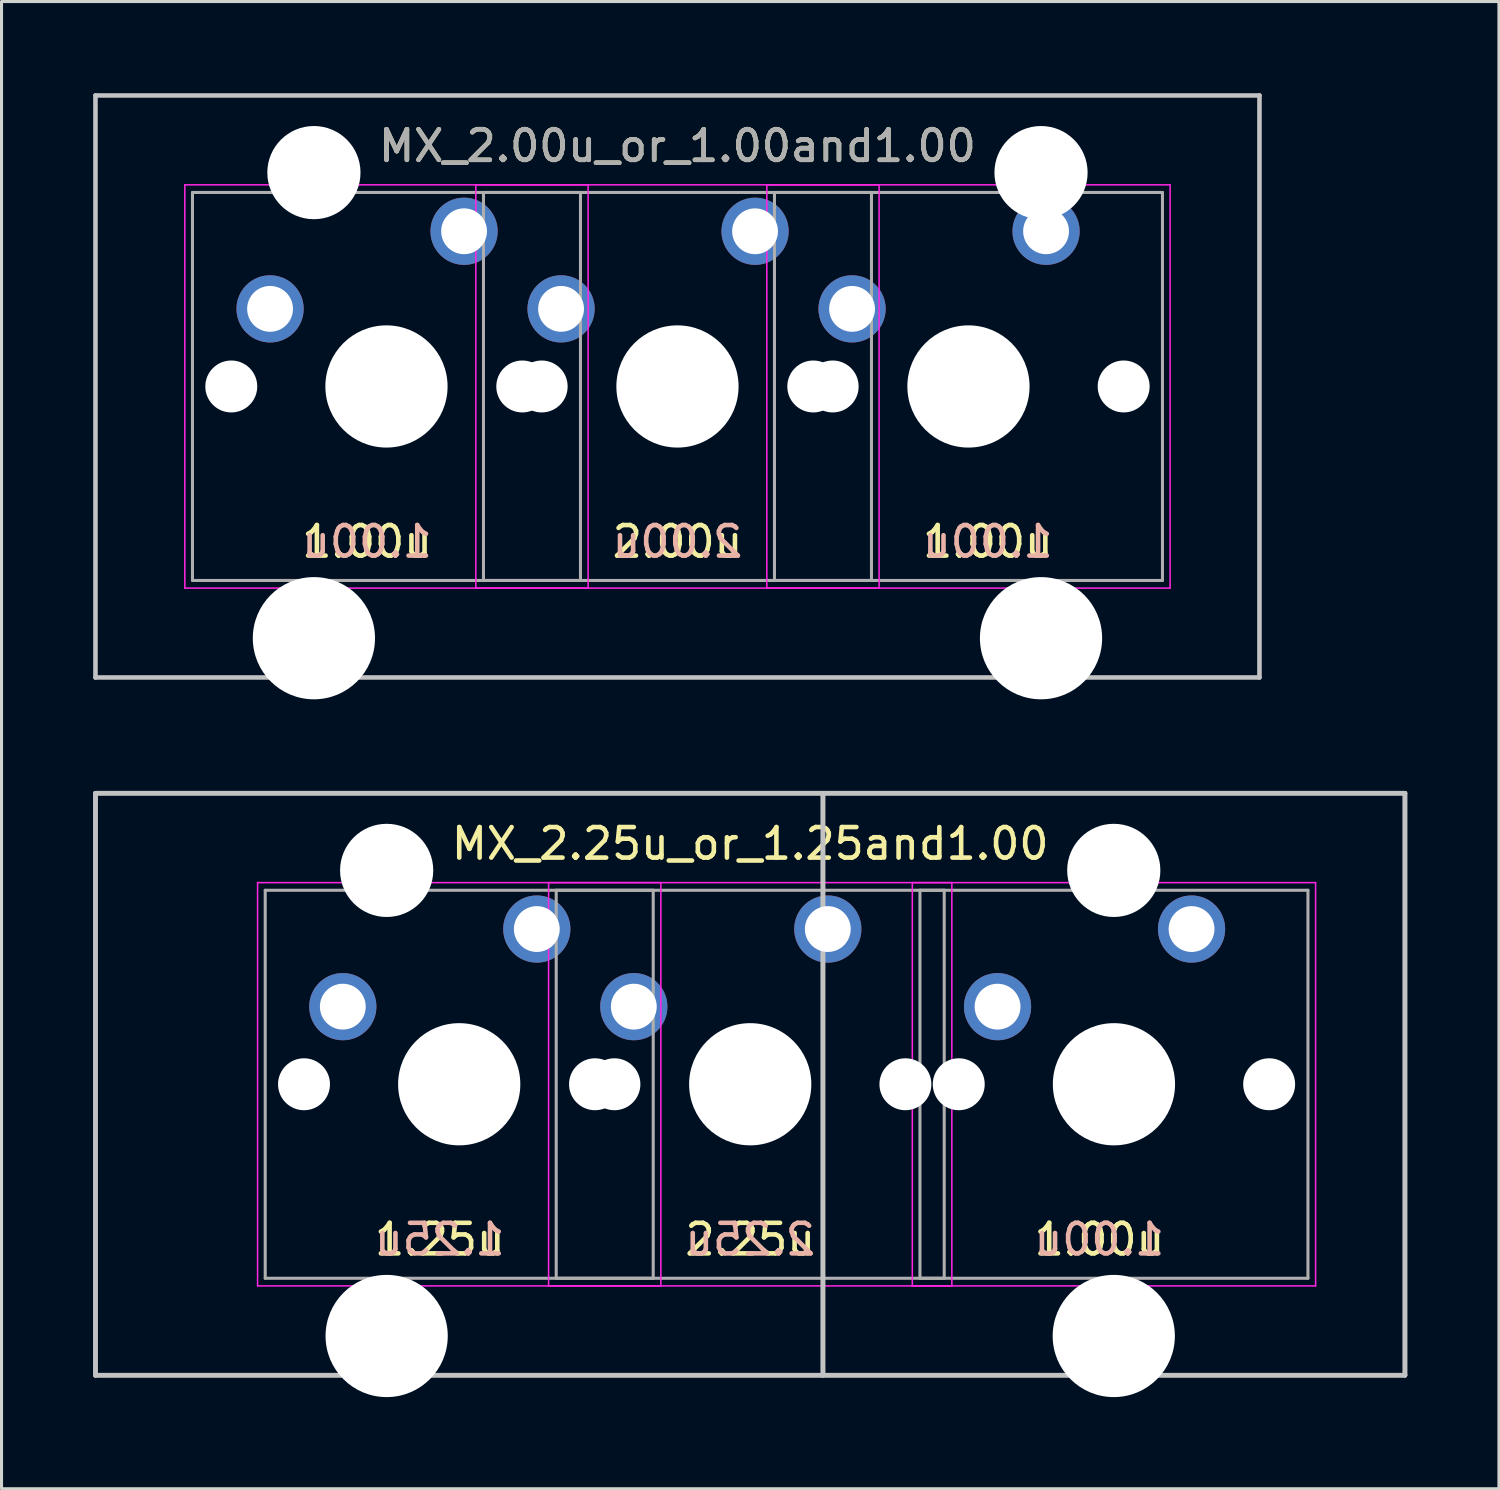
<source format=kicad_pcb>
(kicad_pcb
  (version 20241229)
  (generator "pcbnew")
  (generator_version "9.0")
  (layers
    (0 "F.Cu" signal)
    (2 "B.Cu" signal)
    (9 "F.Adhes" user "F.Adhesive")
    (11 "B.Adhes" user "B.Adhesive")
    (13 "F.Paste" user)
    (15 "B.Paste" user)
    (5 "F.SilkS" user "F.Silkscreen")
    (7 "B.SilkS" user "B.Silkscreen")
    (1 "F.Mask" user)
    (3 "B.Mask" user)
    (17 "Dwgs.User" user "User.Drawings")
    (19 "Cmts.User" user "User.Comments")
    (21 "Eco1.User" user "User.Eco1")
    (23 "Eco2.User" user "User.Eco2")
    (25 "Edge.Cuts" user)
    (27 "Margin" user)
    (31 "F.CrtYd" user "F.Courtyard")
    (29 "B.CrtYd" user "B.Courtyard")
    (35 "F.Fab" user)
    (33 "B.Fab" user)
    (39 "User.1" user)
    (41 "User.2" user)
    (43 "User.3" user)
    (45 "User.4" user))
  (footprint "MX_2.25u_or_1.25and1.00"
    (layer "F.Cu")
    (at 21.506 32.44)
    (property "Reference" "MX_2.25u_or_1.25and1.00" (at 0 -7.874 0) (layer "F.SilkS") (effects (font (size 1 1) (thickness 0.15))))
    (attr through_hole)
    (fp_line (start -21.431 -9.525) (end 2.381 -9.525) (stroke (width 0.15) (type solid)) (layer "Dwgs.User"))
    (fp_line (start -21.431 -9.525) (end 21.431 -9.525) (stroke (width 0.15) (type solid)) (layer "Dwgs.User"))
    (fp_line (start -21.431 9.525) (end -21.431 -9.525) (stroke (width 0.15) (type solid)) (layer "Dwgs.User"))
    (fp_line (start -21.431 9.525) (end -21.431 -9.525) (stroke (width 0.15) (type solid)) (layer "Dwgs.User"))
    (fp_line (start 2.381 -9.525) (end 2.381 9.525) (stroke (width 0.15) (type solid)) (layer "Dwgs.User"))
    (fp_line (start 2.381 -9.525) (end 21.431 -9.525) (stroke (width 0.15) (type solid)) (layer "Dwgs.User"))
    (fp_line (start 2.381 9.525) (end -21.431 9.525) (stroke (width 0.15) (type solid)) (layer "Dwgs.User"))
    (fp_line (start 2.381 9.525) (end 2.381 -9.525) (stroke (width 0.15) (type solid)) (layer "Dwgs.User"))
    (fp_line (start 21.431 -9.525) (end 21.431 9.525) (stroke (width 0.15) (type solid)) (layer "Dwgs.User"))
    (fp_line (start 21.431 -9.525) (end 21.431 9.525) (stroke (width 0.15) (type solid)) (layer "Dwgs.User"))
    (fp_line (start 21.431 9.525) (end -21.431 9.525) (stroke (width 0.15) (type solid)) (layer "Dwgs.User"))
    (fp_line (start 21.431 9.525) (end 2.381 9.525) (stroke (width 0.15) (type solid)) (layer "Dwgs.User"))
    (fp_line (start -16.125 -6.6) (end -2.925 -6.6) (stroke (width 0.05) (type solid)) (layer "F.CrtYd"))
    (fp_line (start -16.125 6.6) (end -16.125 -6.6) (stroke (width 0.05) (type solid)) (layer "F.CrtYd"))
    (fp_line (start -6.6 -6.6) (end 6.6 -6.6) (stroke (width 0.05) (type solid)) (layer "F.CrtYd"))
    (fp_line (start -6.6 6.6) (end -6.6 -6.6) (stroke (width 0.05) (type solid)) (layer "F.CrtYd"))
    (fp_line (start -2.925 -6.6) (end -2.925 6.6) (stroke (width 0.05) (type solid)) (layer "F.CrtYd"))
    (fp_line (start -2.925 6.6) (end -16.125 6.6) (stroke (width 0.05) (type solid)) (layer "F.CrtYd"))
    (fp_line (start 5.306 -6.6) (end 18.506 -6.6) (stroke (width 0.05) (type solid)) (layer "F.CrtYd"))
    (fp_line (start 5.306 6.6) (end 5.306 -6.6) (stroke (width 0.05) (type solid)) (layer "F.CrtYd"))
    (fp_line (start 6.6 -6.6) (end 6.6 6.6) (stroke (width 0.05) (type solid)) (layer "F.CrtYd"))
    (fp_line (start 6.6 6.6) (end -6.6 6.6) (stroke (width 0.05) (type solid)) (layer "F.CrtYd"))
    (fp_line (start 18.506 -6.6) (end 18.506 6.6) (stroke (width 0.05) (type solid)) (layer "F.CrtYd"))
    (fp_line (start 18.506 6.6) (end 5.306 6.6) (stroke (width 0.05) (type solid)) (layer "F.CrtYd"))
    (fp_line (start -15.875 -6.35) (end -3.175 -6.35) (stroke (width 0.1) (type solid)) (layer "F.Fab"))
    (fp_line (start -15.875 6.35) (end -15.875 -6.35) (stroke (width 0.1) (type solid)) (layer "F.Fab"))
    (fp_line (start -6.35 -6.35) (end 6.35 -6.35) (stroke (width 0.1) (type solid)) (layer "F.Fab"))
    (fp_line (start -6.35 6.35) (end -6.35 -6.35) (stroke (width 0.1) (type solid)) (layer "F.Fab"))
    (fp_line (start -3.175 -6.35) (end -3.175 6.35) (stroke (width 0.1) (type solid)) (layer "F.Fab"))
    (fp_line (start -3.175 6.35) (end -15.875 6.35) (stroke (width 0.1) (type solid)) (layer "F.Fab"))
    (fp_line (start 5.556 -6.35) (end 18.256 -6.35) (stroke (width 0.1) (type solid)) (layer "F.Fab"))
    (fp_line (start 5.556 6.35) (end 5.556 -6.35) (stroke (width 0.1) (type solid)) (layer "F.Fab"))
    (fp_line (start 6.35 -6.35) (end 6.35 6.35) (stroke (width 0.1) (type solid)) (layer "F.Fab"))
    (fp_line (start 6.35 6.35) (end -6.35 6.35) (stroke (width 0.1) (type solid)) (layer "F.Fab"))
    (fp_line (start 18.256 -6.35) (end 18.256 6.35) (stroke (width 0.1) (type solid)) (layer "F.Fab"))
    (fp_line (start 18.256 6.35) (end 5.556 6.35) (stroke (width 0.1) (type solid)) (layer "F.Fab"))
    (fp_text user "1.00u" (at 11.43 5.08 0) (layer "F.SilkS") (effects (font (size 1 1) (thickness 0.15))))
    (fp_text user "2.25u" (at 0 5.08 0) (layer "F.SilkS") (effects (font (size 1 1) (thickness 0.15))))
    (fp_text user "1.25u" (at -10.16 5.08 0) (layer "F.SilkS") (effects (font (size 1 1) (thickness 0.15))))
    (fp_text user "1.25u" (at -10.16 5.08 0) (layer "B.SilkS") (effects (font (size 1 1) (thickness 0.15)) (justify mirror)))
    (fp_text user "1.00u" (at 11.43 5.08 0) (layer "B.SilkS") (effects (font (size 1 1) (thickness 0.15)) (justify mirror)))
    (fp_text user "2.25u" (at 0 5.08 0) (layer "B.SilkS") (effects (font (size 1 1) (thickness 0.15)) (justify mirror)))
    (pad "" np_thru_hole circle (at -14.605 0) (size 1.7 1.7) (drill 1.7) (layers "*.Cu" "*.Mask"))
    (pad "" np_thru_hole circle (at -11.9 -7) (size 3.05 3.05) (drill 3.05) (layers "*.Cu" "*.Mask"))
    (pad "" np_thru_hole circle (at -11.9 8.24) (size 4 4) (drill 4) (layers "*.Cu" "*.Mask"))
    (pad "" np_thru_hole circle (at -9.525 0) (size 4 4) (drill 4) (layers "*.Cu" "*.Mask"))
    (pad "" np_thru_hole circle (at -5.08 0) (size 1.7 1.7) (drill 1.7) (layers "*.Cu" "*.Mask"))
    (pad "" np_thru_hole circle (at -4.445 0) (size 1.7 1.7) (drill 1.7) (layers "*.Cu" "*.Mask"))
    (pad "" np_thru_hole circle (at 0 0) (size 4 4) (drill 4) (layers "*.Cu" "*.Mask"))
    (pad "" np_thru_hole circle (at 5.08 0) (size 1.7 1.7) (drill 1.7) (layers "*.Cu" "*.Mask"))
    (pad "" np_thru_hole circle (at 6.826 0) (size 1.7 1.7) (drill 1.7) (layers "*.Cu" "*.Mask"))
    (pad "" np_thru_hole circle (at 11.9 -7) (size 3.05 3.05) (drill 3.05) (layers "*.Cu" "*.Mask"))
    (pad "" np_thru_hole circle (at 11.9 8.24) (size 4 4) (drill 4) (layers "*.Cu" "*.Mask"))
    (pad "" np_thru_hole circle (at 11.906 0) (size 4 4) (drill 4) (layers "*.Cu" "*.Mask"))
    (pad "" np_thru_hole circle (at 16.986 0) (size 1.7 1.7) (drill 1.7) (layers "*.Cu" "*.Mask"))
    (pad "1" thru_hole circle (at -6.985 -5.08) (size 2.2 2.2) (drill 1.5) (layers "*.Cu" "*.Mask"))
    (pad "1" thru_hole circle (at 2.54 -5.08) (size 2.2 2.2) (drill 1.5) (layers "*.Cu" "*.Mask"))
    (pad "2" thru_hole circle (at -13.335 -2.54) (size 2.2 2.2) (drill 1.5) (layers "*.Cu" "*.Mask"))
    (pad "2" thru_hole circle (at -3.81 -2.54) (size 2.2 2.2) (drill 1.5) (layers "*.Cu" "*.Mask"))
    (pad "2" thru_hole circle (at 8.096 -2.54) (size 2.2 2.2) (drill 1.5) (layers "*.Cu" "*.Mask"))
    (pad "3" thru_hole circle (at 14.446 -5.08) (size 2.2 2.2) (drill 1.5) (layers "*.Cu" "*.Mask")))
  (footprint "MX_2.00u_or_1.00and1.00"
    (layer "F.Cu")
    (at 19.125 9.6)
    (property "Reference" "MX_2.00u_or_1.00and1.00" (at 0 -7.874 0) (layer "F.SilkS") (effects (font (size 1 1) (thickness 0.15))))
    (attr through_hole)
    (fp_line (start -19.05 -9.525) (end 19.05 -9.525) (stroke (width 0.15) (type solid)) (layer "Dwgs.User"))
    (fp_line (start -19.05 9.525) (end -19.05 -9.525) (stroke (width 0.15) (type solid)) (layer "Dwgs.User"))
    (fp_line (start 19.05 -9.525) (end 19.05 9.525) (stroke (width 0.15) (type solid)) (layer "Dwgs.User"))
    (fp_line (start 19.05 9.525) (end -19.05 9.525) (stroke (width 0.15) (type solid)) (layer "Dwgs.User"))
    (fp_line (start -16.125 -6.6) (end -2.925 -6.6) (stroke (width 0.05) (type solid)) (layer "F.CrtYd"))
    (fp_line (start -16.125 6.6) (end -16.125 -6.6) (stroke (width 0.05) (type solid)) (layer "F.CrtYd"))
    (fp_line (start -6.6 -6.6) (end 6.6 -6.6) (stroke (width 0.05) (type solid)) (layer "F.CrtYd"))
    (fp_line (start -6.6 6.6) (end -6.6 -6.6) (stroke (width 0.05) (type solid)) (layer "F.CrtYd"))
    (fp_line (start -2.925 -6.6) (end -2.925 6.6) (stroke (width 0.05) (type solid)) (layer "F.CrtYd"))
    (fp_line (start -2.925 6.6) (end -16.125 6.6) (stroke (width 0.05) (type solid)) (layer "F.CrtYd"))
    (fp_line (start 2.925 -6.6) (end 16.125 -6.6) (stroke (width 0.05) (type solid)) (layer "F.CrtYd"))
    (fp_line (start 2.925 6.6) (end 2.925 -6.6) (stroke (width 0.05) (type solid)) (layer "F.CrtYd"))
    (fp_line (start 6.6 -6.6) (end 6.6 6.6) (stroke (width 0.05) (type solid)) (layer "F.CrtYd"))
    (fp_line (start 6.6 6.6) (end -6.6 6.6) (stroke (width 0.05) (type solid)) (layer "F.CrtYd"))
    (fp_line (start 16.125 -6.6) (end 16.125 6.6) (stroke (width 0.05) (type solid)) (layer "F.CrtYd"))
    (fp_line (start 16.125 6.6) (end 2.925 6.6) (stroke (width 0.05) (type solid)) (layer "F.CrtYd"))
    (fp_line (start -15.875 -6.35) (end -3.175 -6.35) (stroke (width 0.1) (type solid)) (layer "F.Fab"))
    (fp_line (start -15.875 6.35) (end -15.875 -6.35) (stroke (width 0.1) (type solid)) (layer "F.Fab"))
    (fp_line (start -6.35 -6.35) (end 6.35 -6.35) (stroke (width 0.1) (type solid)) (layer "F.Fab"))
    (fp_line (start -6.35 6.35) (end -6.35 -6.35) (stroke (width 0.1) (type solid)) (layer "F.Fab"))
    (fp_line (start -3.175 -6.35) (end -3.175 6.35) (stroke (width 0.1) (type solid)) (layer "F.Fab"))
    (fp_line (start -3.175 6.35) (end -15.875 6.35) (stroke (width 0.1) (type solid)) (layer "F.Fab"))
    (fp_line (start 3.175 -6.35) (end 15.875 -6.35) (stroke (width 0.1) (type solid)) (layer "F.Fab"))
    (fp_line (start 3.175 6.35) (end 3.175 -6.35) (stroke (width 0.1) (type solid)) (layer "F.Fab"))
    (fp_line (start 6.35 -6.35) (end 6.35 6.35) (stroke (width 0.1) (type solid)) (layer "F.Fab"))
    (fp_line (start 6.35 6.35) (end -6.35 6.35) (stroke (width 0.1) (type solid)) (layer "F.Fab"))
    (fp_line (start 15.875 -6.35) (end 15.875 6.35) (stroke (width 0.1) (type solid)) (layer "F.Fab"))
    (fp_line (start 15.875 6.35) (end 3.175 6.35) (stroke (width 0.1) (type solid)) (layer "F.Fab"))
    (fp_text user "2.00u" (at 0 5.08 0) (layer "F.SilkS") (effects (font (size 1 1) (thickness 0.15))))
    (fp_text user "1.00u" (at 10.16 5.08 0) (layer "F.SilkS") (effects (font (size 1 1) (thickness 0.15))))
    (fp_text user "1.00u" (at -10.16 5.08 0) (layer "F.SilkS") (effects (font (size 1 1) (thickness 0.15))))
    (fp_text user "1.00u" (at 10.16 5.08 0) (layer "B.SilkS") (effects (font (size 1 1) (thickness 0.15)) (justify mirror)))
    (fp_text user "2.00u" (at 0 5.08 0) (layer "B.SilkS") (effects (font (size 1 1) (thickness 0.15)) (justify mirror)))
    (fp_text user "1.00u" (at -10.16 5.08 0) (layer "B.SilkS") (effects (font (size 1 1) (thickness 0.15)) (justify mirror)))
    (fp_text user "${REFERENCE}" (at 0 -7.874 0) (layer "F.Fab") (effects (font (size 1 1) (thickness 0.15))))
    (pad "" np_thru_hole circle (at -14.605 0) (size 1.7 1.7) (drill 1.7) (layers "*.Cu" "*.Mask"))
    (pad "" np_thru_hole circle (at -11.9 -7) (size 3.05 3.05) (drill 3.05) (layers "*.Cu" "*.Mask"))
    (pad "" np_thru_hole circle (at -11.9 8.24) (size 4 4) (drill 4) (layers "*.Cu" "*.Mask"))
    (pad "" np_thru_hole circle (at -9.525 0) (size 4 4) (drill 4) (layers "*.Cu" "*.Mask"))
    (pad "" np_thru_hole circle (at -5.08 0) (size 1.7 1.7) (drill 1.7) (layers "*.Cu" "*.Mask"))
    (pad "" np_thru_hole circle (at -4.445 0) (size 1.7 1.7) (drill 1.7) (layers "*.Cu" "*.Mask"))
    (pad "" np_thru_hole circle (at 0 0) (size 4 4) (drill 4) (layers "*.Cu" "*.Mask"))
    (pad "" np_thru_hole circle (at 4.445 0) (size 1.7 1.7) (drill 1.7) (layers "*.Cu" "*.Mask"))
    (pad "" np_thru_hole circle (at 5.08 0) (size 1.7 1.7) (drill 1.7) (layers "*.Cu" "*.Mask"))
    (pad "" np_thru_hole circle (at 9.525 0) (size 4 4) (drill 4) (layers "*.Cu" "*.Mask"))
    (pad "" np_thru_hole circle (at 11.9 -7) (size 3.05 3.05) (drill 3.05) (layers "*.Cu" "*.Mask"))
    (pad "" np_thru_hole circle (at 11.9 8.24) (size 4 4) (drill 4) (layers "*.Cu" "*.Mask"))
    (pad "" np_thru_hole circle (at 14.605 0) (size 1.7 1.7) (drill 1.7) (layers "*.Cu" "*.Mask"))
    (pad "1" thru_hole circle (at -6.985 -5.08) (size 2.2 2.2) (drill 1.5) (layers "*.Cu" "*.Mask"))
    (pad "1" thru_hole circle (at 2.54 -5.08) (size 2.2 2.2) (drill 1.5) (layers "*.Cu" "*.Mask"))
    (pad "2" thru_hole circle (at -13.335 -2.54) (size 2.2 2.2) (drill 1.5) (layers "*.Cu" "*.Mask"))
    (pad "2" thru_hole circle (at -3.81 -2.54) (size 2.2 2.2) (drill 1.5) (layers "*.Cu" "*.Mask"))
    (pad "3" thru_hole circle (at 12.065 -5.08) (size 2.2 2.2) (drill 1.5) (layers "*.Cu" "*.Mask"))
    (pad "4" thru_hole circle (at 5.715 -2.54) (size 2.2 2.2) (drill 1.5) (layers "*.Cu" "*.Mask")))
  (gr_rect
    (start -3 -3)
    (end 46.013 45.68)
    (stroke (width 0.1) (type default))
    (fill no)
    (layer "Edge.Cuts")))
</source>
